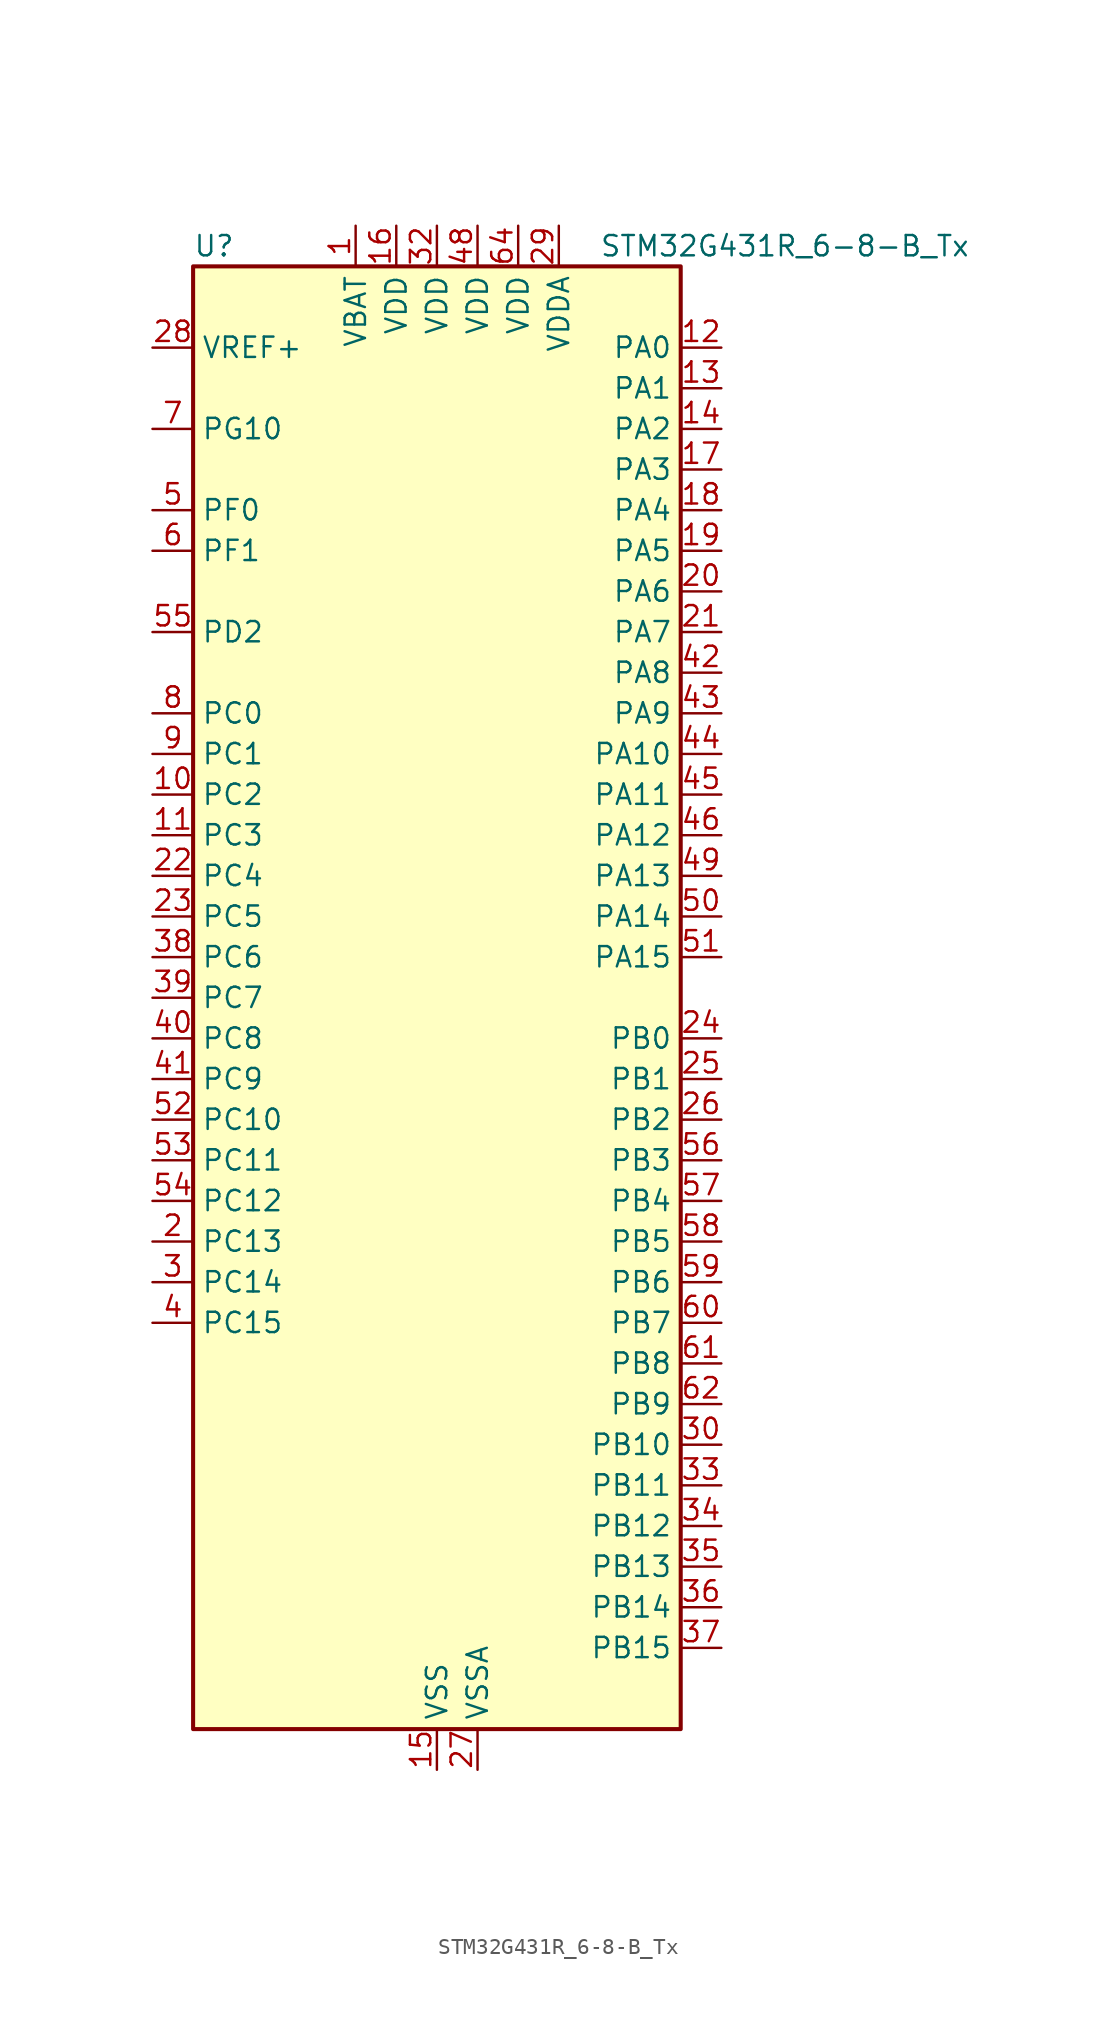
<source format=kicad_sym>
(kicad_symbol_lib
  (version 20241209)
  (generator "kicad_symbol_editor")
  (generator_version "9.0")
  (symbol "STM32G431R_6-8-B_Tx"
    (property "Reference" "U"
      (at -15.24 46.99 0)
      (effects (font (size 1.27 1.27)) (justify left)))
    (property "Value" "STM32G431R_6-8-B_Tx"
      (at 10.16 46.99 0)
      (effects (font (size 1.27 1.27)) (justify left)))
    (symbol "STM32G431R_6-8-B_Tx_0_1"
      (rectangle (start -15.24 -45.72) (end 15.24 45.72) (stroke (width 0.254) (type default)) (fill (type background))))
    (symbol "STM32G431R_6-8-B_Tx_1_1"
      (pin input line (at -17.78 40.64 0) (length 2.54) (name "VREF+" (effects (font (size 1.27 1.27)))) (number "28" (effects (font (size 1.27 1.27)))) (alternate "VREFBUF_OUT" bidirectional line))
      (pin bidirectional line (at -17.78 35.56 0) (length 2.54) (name "PG10" (effects (font (size 1.27 1.27)))) (number "7" (effects (font (size 1.27 1.27)))) (alternate "DAC1_EXTI10" bidirectional line) (alternate "DAC3_EXTI10" bidirectional line) (alternate "RCC_MCO" bidirectional line))
      (pin bidirectional line (at -17.78 30.48 0) (length 2.54) (name "PF0" (effects (font (size 1.27 1.27)))) (number "5" (effects (font (size 1.27 1.27)))) (alternate "ADC1_IN10" bidirectional line) (alternate "I2C2_SDA" bidirectional line) (alternate "I2S2_WS" bidirectional line) (alternate "RCC_OSC_IN" bidirectional line) (alternate "SPI2_NSS" bidirectional line) (alternate "TIM1_CH3N" bidirectional line))
      (pin bidirectional line (at -17.78 27.94 0) (length 2.54) (name "PF1" (effects (font (size 1.27 1.27)))) (number "6" (effects (font (size 1.27 1.27)))) (alternate "ADC2_IN10" bidirectional line) (alternate "COMP3_INM" bidirectional line) (alternate "I2S2_CK" bidirectional line) (alternate "RCC_OSC_OUT" bidirectional line) (alternate "SPI2_SCK" bidirectional line))
      (pin bidirectional line (at -17.78 22.86 0) (length 2.54) (name "PD2" (effects (font (size 1.27 1.27)))) (number "55" (effects (font (size 1.27 1.27)))) (alternate "TIM3_ETR" bidirectional line) (alternate "TIM8_BKIN" bidirectional line))
      (pin bidirectional line (at -17.78 17.78 0) (length 2.54) (name "PC0" (effects (font (size 1.27 1.27)))) (number "8" (effects (font (size 1.27 1.27)))) (alternate "ADC1_IN6" bidirectional line) (alternate "ADC2_IN6" bidirectional line) (alternate "COMP3_INM" bidirectional line) (alternate "LPTIM1_IN1" bidirectional line) (alternate "LPUART1_RX" bidirectional line) (alternate "TIM1_CH1" bidirectional line))
      (pin bidirectional line (at -17.78 15.24 0) (length 2.54) (name "PC1" (effects (font (size 1.27 1.27)))) (number "9" (effects (font (size 1.27 1.27)))) (alternate "ADC1_IN7" bidirectional line) (alternate "ADC2_IN7" bidirectional line) (alternate "COMP3_INP" bidirectional line) (alternate "LPTIM1_OUT" bidirectional line) (alternate "LPUART1_TX" bidirectional line) (alternate "SAI1_SD_A" bidirectional line) (alternate "TIM1_CH2" bidirectional line))
      (pin bidirectional line (at -17.78 12.7 0) (length 2.54) (name "PC2" (effects (font (size 1.27 1.27)))) (number "10" (effects (font (size 1.27 1.27)))) (alternate "ADC1_IN8" bidirectional line) (alternate "ADC2_IN8" bidirectional line) (alternate "COMP3_OUT" bidirectional line) (alternate "LPTIM1_IN2" bidirectional line) (alternate "TIM1_CH3" bidirectional line))
      (pin bidirectional line (at -17.78 10.16 0) (length 2.54) (name "PC3" (effects (font (size 1.27 1.27)))) (number "11" (effects (font (size 1.27 1.27)))) (alternate "ADC1_IN9" bidirectional line) (alternate "ADC2_IN9" bidirectional line) (alternate "LPTIM1_ETR" bidirectional line) (alternate "SAI1_D1" bidirectional line) (alternate "SAI1_SD_A" bidirectional line) (alternate "TIM1_BKIN2" bidirectional line) (alternate "TIM1_CH4" bidirectional line))
      (pin bidirectional line (at -17.78 7.62 0) (length 2.54) (name "PC4" (effects (font (size 1.27 1.27)))) (number "22" (effects (font (size 1.27 1.27)))) (alternate "ADC2_IN5" bidirectional line) (alternate "I2C2_SCL" bidirectional line) (alternate "TIM1_ETR" bidirectional line) (alternate "USART1_TX" bidirectional line))
      (pin bidirectional line (at -17.78 5.08 0) (length 2.54) (name "PC5" (effects (font (size 1.27 1.27)))) (number "23" (effects (font (size 1.27 1.27)))) (alternate "ADC2_IN11" bidirectional line) (alternate "OPAMP1_VINM" bidirectional line) (alternate "OPAMP1_VINM1" bidirectional line) (alternate "OPAMP1_VINM_SEC" bidirectional line) (alternate "OPAMP2_VINM" bidirectional line) (alternate "OPAMP2_VINM1" bidirectional line) (alternate "OPAMP2_VINM_SEC" bidirectional line) (alternate "SAI1_D3" bidirectional line) (alternate "SYS_WKUP5" bidirectional line) (alternate "TIM15_BKIN" bidirectional line) (alternate "TIM1_CH4N" bidirectional line) (alternate "USART1_RX" bidirectional line))
      (pin bidirectional line (at -17.78 2.54 0) (length 2.54) (name "PC6" (effects (font (size 1.27 1.27)))) (number "38" (effects (font (size 1.27 1.27)))) (alternate "I2S2_MCK" bidirectional line) (alternate "TIM3_CH1" bidirectional line) (alternate "TIM8_CH1" bidirectional line))
      (pin bidirectional line (at -17.78 0 0) (length 2.54) (name "PC7" (effects (font (size 1.27 1.27)))) (number "39" (effects (font (size 1.27 1.27)))) (alternate "I2S3_MCK" bidirectional line) (alternate "TIM3_CH2" bidirectional line) (alternate "TIM8_CH2" bidirectional line))
      (pin bidirectional line (at -17.78 -2.54 0) (length 2.54) (name "PC8" (effects (font (size 1.27 1.27)))) (number "40" (effects (font (size 1.27 1.27)))) (alternate "I2C3_SCL" bidirectional line) (alternate "TIM3_CH3" bidirectional line) (alternate "TIM8_CH3" bidirectional line))
      (pin bidirectional line (at -17.78 -5.08 0) (length 2.54) (name "PC9" (effects (font (size 1.27 1.27)))) (number "41" (effects (font (size 1.27 1.27)))) (alternate "DAC1_EXTI9" bidirectional line) (alternate "DAC3_EXTI9" bidirectional line) (alternate "I2C3_SDA" bidirectional line) (alternate "I2S_CKIN" bidirectional line) (alternate "TIM3_CH4" bidirectional line) (alternate "TIM8_BKIN2" bidirectional line) (alternate "TIM8_CH4" bidirectional line))
      (pin bidirectional line (at -17.78 -7.62 0) (length 2.54) (name "PC10" (effects (font (size 1.27 1.27)))) (number "52" (effects (font (size 1.27 1.27)))) (alternate "DAC1_EXTI10" bidirectional line) (alternate "DAC3_EXTI10" bidirectional line) (alternate "I2S3_CK" bidirectional line) (alternate "SPI3_SCK" bidirectional line) (alternate "TIM8_CH1N" bidirectional line) (alternate "UART4_TX" bidirectional line) (alternate "USART3_TX" bidirectional line))
      (pin bidirectional line (at -17.78 -10.16 0) (length 2.54) (name "PC11" (effects (font (size 1.27 1.27)))) (number "53" (effects (font (size 1.27 1.27)))) (alternate "ADC1_EXTI11" bidirectional line) (alternate "ADC2_EXTI11" bidirectional line) (alternate "I2C3_SDA" bidirectional line) (alternate "SPI3_MISO" bidirectional line) (alternate "TIM8_CH2N" bidirectional line) (alternate "UART4_RX" bidirectional line) (alternate "USART3_RX" bidirectional line))
      (pin bidirectional line (at -17.78 -12.7 0) (length 2.54) (name "PC12" (effects (font (size 1.27 1.27)))) (number "54" (effects (font (size 1.27 1.27)))) (alternate "I2S3_SD" bidirectional line) (alternate "SPI3_MOSI" bidirectional line) (alternate "TIM8_CH3N" bidirectional line) (alternate "UCPD1_FRSTX1" bidirectional line) (alternate "UCPD1_FRSTX2" bidirectional line) (alternate "USART3_CK" bidirectional line))
      (pin bidirectional line (at -17.78 -15.24 0) (length 2.54) (name "PC13" (effects (font (size 1.27 1.27)))) (number "2" (effects (font (size 1.27 1.27)))) (alternate "RTC_OUT1" bidirectional line) (alternate "RTC_TAMP1" bidirectional line) (alternate "RTC_TS" bidirectional line) (alternate "SYS_WKUP2" bidirectional line) (alternate "TIM1_BKIN" bidirectional line) (alternate "TIM1_CH1N" bidirectional line) (alternate "TIM8_CH4N" bidirectional line))
      (pin bidirectional line (at -17.78 -17.78 0) (length 2.54) (name "PC14" (effects (font (size 1.27 1.27)))) (number "3" (effects (font (size 1.27 1.27)))) (alternate "RCC_OSC32_IN" bidirectional line))
      (pin bidirectional line (at -17.78 -20.32 0) (length 2.54) (name "PC15" (effects (font (size 1.27 1.27)))) (number "4" (effects (font (size 1.27 1.27)))) (alternate "ADC1_EXTI15" bidirectional line) (alternate "ADC2_EXTI15" bidirectional line) (alternate "RCC_OSC32_OUT" bidirectional line))
      (pin power_in line (at -5.08 48.26 270) (length 2.54) (name "VBAT" (effects (font (size 1.27 1.27)))) (number "1" (effects (font (size 1.27 1.27)))))
      (pin power_in line (at -2.54 48.26 270) (length 2.54) (name "VDD" (effects (font (size 1.27 1.27)))) (number "16" (effects (font (size 1.27 1.27)))))
      (pin power_in line (at 0 48.26 270) (length 2.54) (name "VDD" (effects (font (size 1.27 1.27)))) (number "32" (effects (font (size 1.27 1.27)))))
      (pin power_in line (at 0 -48.26 90) (length 2.54) (name "VSS" (effects (font (size 1.27 1.27)))) (number "15" (effects (font (size 1.27 1.27)))))
      (pin passive line (at 0 -48.26 90) (length 2.54) (hide yes) (name "VSS" (effects (font (size 1.27 1.27)))) (number "31" (effects (font (size 1.27 1.27)))))
      (pin passive line (at 0 -48.26 90) (length 2.54) (hide yes) (name "VSS" (effects (font (size 1.27 1.27)))) (number "47" (effects (font (size 1.27 1.27)))))
      (pin passive line (at 0 -48.26 90) (length 2.54) (hide yes) (name "VSS" (effects (font (size 1.27 1.27)))) (number "63" (effects (font (size 1.27 1.27)))))
      (pin power_in line (at 2.54 48.26 270) (length 2.54) (name "VDD" (effects (font (size 1.27 1.27)))) (number "48" (effects (font (size 1.27 1.27)))))
      (pin power_in line (at 2.54 -48.26 90) (length 2.54) (name "VSSA" (effects (font (size 1.27 1.27)))) (number "27" (effects (font (size 1.27 1.27)))))
      (pin power_in line (at 5.08 48.26 270) (length 2.54) (name "VDD" (effects (font (size 1.27 1.27)))) (number "64" (effects (font (size 1.27 1.27)))))
      (pin power_in line (at 7.62 48.26 270) (length 2.54) (name "VDDA" (effects (font (size 1.27 1.27)))) (number "29" (effects (font (size 1.27 1.27)))))
      (pin bidirectional line (at 17.78 40.64 180) (length 2.54) (name "PA0" (effects (font (size 1.27 1.27)))) (number "12" (effects (font (size 1.27 1.27)))) (alternate "ADC1_IN1" bidirectional line) (alternate "ADC2_IN1" bidirectional line) (alternate "COMP1_INM" bidirectional line) (alternate "COMP1_OUT" bidirectional line) (alternate "COMP3_INP" bidirectional line) (alternate "RTC_TAMP2" bidirectional line) (alternate "SYS_WKUP1" bidirectional line) (alternate "TIM2_CH1" bidirectional line) (alternate "TIM2_ETR" bidirectional line) (alternate "TIM8_BKIN" bidirectional line) (alternate "TIM8_ETR" bidirectional line) (alternate "USART2_CTS" bidirectional line) (alternate "USART2_NSS" bidirectional line))
      (pin bidirectional line (at 17.78 38.1 180) (length 2.54) (name "PA1" (effects (font (size 1.27 1.27)))) (number "13" (effects (font (size 1.27 1.27)))) (alternate "ADC1_IN2" bidirectional line) (alternate "ADC2_IN2" bidirectional line) (alternate "COMP1_INP" bidirectional line) (alternate "OPAMP1_VINP" bidirectional line) (alternate "OPAMP1_VINP_SEC" bidirectional line) (alternate "OPAMP3_VINP" bidirectional line) (alternate "OPAMP3_VINP_SEC" bidirectional line) (alternate "RTC_REFIN" bidirectional line) (alternate "TIM15_CH1N" bidirectional line) (alternate "TIM2_CH2" bidirectional line) (alternate "USART2_DE" bidirectional line) (alternate "USART2_RTS" bidirectional line))
      (pin bidirectional line (at 17.78 35.56 180) (length 2.54) (name "PA2" (effects (font (size 1.27 1.27)))) (number "14" (effects (font (size 1.27 1.27)))) (alternate "ADC1_IN3" bidirectional line) (alternate "COMP2_INM" bidirectional line) (alternate "COMP2_OUT" bidirectional line) (alternate "LPUART1_TX" bidirectional line) (alternate "OPAMP1_VOUT" bidirectional line) (alternate "RCC_LSCO" bidirectional line) (alternate "SYS_WKUP4" bidirectional line) (alternate "TIM15_CH1" bidirectional line) (alternate "TIM2_CH3" bidirectional line) (alternate "UCPD1_FRSTX1" bidirectional line) (alternate "UCPD1_FRSTX2" bidirectional line) (alternate "USART2_TX" bidirectional line))
      (pin bidirectional line (at 17.78 33.02 180) (length 2.54) (name "PA3" (effects (font (size 1.27 1.27)))) (number "17" (effects (font (size 1.27 1.27)))) (alternate "ADC1_IN4" bidirectional line) (alternate "COMP2_INP" bidirectional line) (alternate "LPUART1_RX" bidirectional line) (alternate "OPAMP1_VINM" bidirectional line) (alternate "OPAMP1_VINM0" bidirectional line) (alternate "OPAMP1_VINM_SEC" bidirectional line) (alternate "OPAMP1_VINP" bidirectional line) (alternate "OPAMP1_VINP_SEC" bidirectional line) (alternate "SAI1_CK1" bidirectional line) (alternate "SAI1_MCLK_A" bidirectional line) (alternate "TIM15_CH2" bidirectional line) (alternate "TIM2_CH4" bidirectional line) (alternate "USART2_RX" bidirectional line))
      (pin bidirectional line (at 17.78 30.48 180) (length 2.54) (name "PA4" (effects (font (size 1.27 1.27)))) (number "18" (effects (font (size 1.27 1.27)))) (alternate "ADC2_IN17" bidirectional line) (alternate "COMP1_INM" bidirectional line) (alternate "DAC1_OUT1" bidirectional line) (alternate "I2S3_WS" bidirectional line) (alternate "SAI1_FS_B" bidirectional line) (alternate "SPI1_NSS" bidirectional line) (alternate "SPI3_NSS" bidirectional line) (alternate "TIM3_CH2" bidirectional line) (alternate "USART2_CK" bidirectional line))
      (pin bidirectional line (at 17.78 27.94 180) (length 2.54) (name "PA5" (effects (font (size 1.27 1.27)))) (number "19" (effects (font (size 1.27 1.27)))) (alternate "ADC2_IN13" bidirectional line) (alternate "COMP2_INM" bidirectional line) (alternate "DAC1_OUT2" bidirectional line) (alternate "OPAMP2_VINM" bidirectional line) (alternate "OPAMP2_VINM0" bidirectional line) (alternate "OPAMP2_VINM_SEC" bidirectional line) (alternate "SPI1_SCK" bidirectional line) (alternate "TIM2_CH1" bidirectional line) (alternate "TIM2_ETR" bidirectional line) (alternate "UCPD1_FRSTX1" bidirectional line) (alternate "UCPD1_FRSTX2" bidirectional line))
      (pin bidirectional line (at 17.78 25.4 180) (length 2.54) (name "PA6" (effects (font (size 1.27 1.27)))) (number "20" (effects (font (size 1.27 1.27)))) (alternate "ADC2_IN3" bidirectional line) (alternate "COMP1_OUT" bidirectional line) (alternate "LPUART1_CTS" bidirectional line) (alternate "OPAMP2_VOUT" bidirectional line) (alternate "SPI1_MISO" bidirectional line) (alternate "TIM16_CH1" bidirectional line) (alternate "TIM1_BKIN" bidirectional line) (alternate "TIM3_CH1" bidirectional line) (alternate "TIM8_BKIN" bidirectional line))
      (pin bidirectional line (at 17.78 22.86 180) (length 2.54) (name "PA7" (effects (font (size 1.27 1.27)))) (number "21" (effects (font (size 1.27 1.27)))) (alternate "ADC2_IN4" bidirectional line) (alternate "COMP2_INP" bidirectional line) (alternate "COMP2_OUT" bidirectional line) (alternate "OPAMP1_VINP" bidirectional line) (alternate "OPAMP1_VINP_SEC" bidirectional line) (alternate "OPAMP2_VINP" bidirectional line) (alternate "OPAMP2_VINP_SEC" bidirectional line) (alternate "SPI1_MOSI" bidirectional line) (alternate "TIM17_CH1" bidirectional line) (alternate "TIM1_CH1N" bidirectional line) (alternate "TIM3_CH2" bidirectional line) (alternate "TIM8_CH1N" bidirectional line) (alternate "UCPD1_FRSTX1" bidirectional line) (alternate "UCPD1_FRSTX2" bidirectional line))
      (pin bidirectional line (at 17.78 20.32 180) (length 2.54) (name "PA8" (effects (font (size 1.27 1.27)))) (number "42" (effects (font (size 1.27 1.27)))) (alternate "I2C2_SDA" bidirectional line) (alternate "I2C3_SCL" bidirectional line) (alternate "I2S2_MCK" bidirectional line) (alternate "RCC_MCO" bidirectional line) (alternate "SAI1_CK2" bidirectional line) (alternate "SAI1_SCK_A" bidirectional line) (alternate "TIM1_CH1" bidirectional line) (alternate "TIM4_ETR" bidirectional line) (alternate "USART1_CK" bidirectional line))
      (pin bidirectional line (at 17.78 17.78 180) (length 2.54) (name "PA9" (effects (font (size 1.27 1.27)))) (number "43" (effects (font (size 1.27 1.27)))) (alternate "DAC1_EXTI9" bidirectional line) (alternate "DAC3_EXTI9" bidirectional line) (alternate "I2C2_SCL" bidirectional line) (alternate "I2C3_SMBA" bidirectional line) (alternate "I2S3_MCK" bidirectional line) (alternate "SAI1_FS_A" bidirectional line) (alternate "TIM15_BKIN" bidirectional line) (alternate "TIM1_CH2" bidirectional line) (alternate "TIM2_CH3" bidirectional line) (alternate "UCPD1_DBCC1" bidirectional line) (alternate "USART1_TX" bidirectional line))
      (pin bidirectional line (at 17.78 15.24 180) (length 2.54) (name "PA10" (effects (font (size 1.27 1.27)))) (number "44" (effects (font (size 1.27 1.27)))) (alternate "CRS_SYNC" bidirectional line) (alternate "DAC1_EXTI10" bidirectional line) (alternate "DAC3_EXTI10" bidirectional line) (alternate "I2C2_SMBA" bidirectional line) (alternate "SAI1_D1" bidirectional line) (alternate "SAI1_SD_A" bidirectional line) (alternate "SPI2_MISO" bidirectional line) (alternate "TIM17_BKIN" bidirectional line) (alternate "TIM1_CH3" bidirectional line) (alternate "TIM2_CH4" bidirectional line) (alternate "TIM8_BKIN" bidirectional line) (alternate "UCPD1_DBCC2" bidirectional line) (alternate "USART1_RX" bidirectional line))
      (pin bidirectional line (at 17.78 12.7 180) (length 2.54) (name "PA11" (effects (font (size 1.27 1.27)))) (number "45" (effects (font (size 1.27 1.27)))) (alternate "ADC1_EXTI11" bidirectional line) (alternate "ADC2_EXTI11" bidirectional line) (alternate "COMP1_OUT" bidirectional line) (alternate "FDCAN1_RX" bidirectional line) (alternate "I2S2_SD" bidirectional line) (alternate "SPI2_MOSI" bidirectional line) (alternate "TIM1_BKIN2" bidirectional line) (alternate "TIM1_CH1N" bidirectional line) (alternate "TIM1_CH4" bidirectional line) (alternate "TIM4_CH1" bidirectional line) (alternate "USART1_CTS" bidirectional line) (alternate "USART1_NSS" bidirectional line) (alternate "USB_DM" bidirectional line))
      (pin bidirectional line (at 17.78 10.16 180) (length 2.54) (name "PA12" (effects (font (size 1.27 1.27)))) (number "46" (effects (font (size 1.27 1.27)))) (alternate "COMP2_OUT" bidirectional line) (alternate "FDCAN1_TX" bidirectional line) (alternate "I2S_CKIN" bidirectional line) (alternate "TIM16_CH1" bidirectional line) (alternate "TIM1_CH2N" bidirectional line) (alternate "TIM1_ETR" bidirectional line) (alternate "TIM4_CH2" bidirectional line) (alternate "USART1_DE" bidirectional line) (alternate "USART1_RTS" bidirectional line) (alternate "USB_DP" bidirectional line))
      (pin bidirectional line (at 17.78 7.62 180) (length 2.54) (name "PA13" (effects (font (size 1.27 1.27)))) (number "49" (effects (font (size 1.27 1.27)))) (alternate "I2C1_SCL" bidirectional line) (alternate "IR_OUT" bidirectional line) (alternate "SAI1_SD_B" bidirectional line) (alternate "SYS_JTMS-SWDIO" bidirectional line) (alternate "TIM16_CH1N" bidirectional line) (alternate "TIM4_CH3" bidirectional line) (alternate "USART3_CTS" bidirectional line) (alternate "USART3_NSS" bidirectional line))
      (pin bidirectional line (at 17.78 5.08 180) (length 2.54) (name "PA14" (effects (font (size 1.27 1.27)))) (number "50" (effects (font (size 1.27 1.27)))) (alternate "I2C1_SDA" bidirectional line) (alternate "LPTIM1_OUT" bidirectional line) (alternate "SAI1_FS_B" bidirectional line) (alternate "SYS_JTCK-SWCLK" bidirectional line) (alternate "TIM1_BKIN" bidirectional line) (alternate "TIM8_CH2" bidirectional line) (alternate "USART2_TX" bidirectional line))
      (pin bidirectional line (at 17.78 2.54 180) (length 2.54) (name "PA15" (effects (font (size 1.27 1.27)))) (number "51" (effects (font (size 1.27 1.27)))) (alternate "ADC1_EXTI15" bidirectional line) (alternate "ADC2_EXTI15" bidirectional line) (alternate "I2C1_SCL" bidirectional line) (alternate "I2S3_WS" bidirectional line) (alternate "SPI1_NSS" bidirectional line) (alternate "SPI3_NSS" bidirectional line) (alternate "SYS_JTDI" bidirectional line) (alternate "TIM1_BKIN" bidirectional line) (alternate "TIM2_CH1" bidirectional line) (alternate "TIM2_ETR" bidirectional line) (alternate "TIM8_CH1" bidirectional line) (alternate "UART4_DE" bidirectional line) (alternate "UART4_RTS" bidirectional line) (alternate "USART2_RX" bidirectional line))
      (pin bidirectional line (at 17.78 -2.54 180) (length 2.54) (name "PB0" (effects (font (size 1.27 1.27)))) (number "24" (effects (font (size 1.27 1.27)))) (alternate "ADC1_IN15" bidirectional line) (alternate "COMP4_INP" bidirectional line) (alternate "OPAMP2_VINP" bidirectional line) (alternate "OPAMP2_VINP_SEC" bidirectional line) (alternate "OPAMP3_VINP" bidirectional line) (alternate "OPAMP3_VINP_SEC" bidirectional line) (alternate "TIM1_CH2N" bidirectional line) (alternate "TIM3_CH3" bidirectional line) (alternate "TIM8_CH2N" bidirectional line) (alternate "UCPD1_FRSTX1" bidirectional line) (alternate "UCPD1_FRSTX2" bidirectional line))
      (pin bidirectional line (at 17.78 -5.08 180) (length 2.54) (name "PB1" (effects (font (size 1.27 1.27)))) (number "25" (effects (font (size 1.27 1.27)))) (alternate "ADC1_IN12" bidirectional line) (alternate "COMP1_INP" bidirectional line) (alternate "COMP4_OUT" bidirectional line) (alternate "LPUART1_DE" bidirectional line) (alternate "LPUART1_RTS" bidirectional line) (alternate "OPAMP3_VOUT" bidirectional line) (alternate "TIM1_CH3N" bidirectional line) (alternate "TIM3_CH4" bidirectional line) (alternate "TIM8_CH3N" bidirectional line))
      (pin bidirectional line (at 17.78 -7.62 180) (length 2.54) (name "PB2" (effects (font (size 1.27 1.27)))) (number "26" (effects (font (size 1.27 1.27)))) (alternate "ADC2_IN12" bidirectional line) (alternate "COMP4_INM" bidirectional line) (alternate "I2C3_SMBA" bidirectional line) (alternate "LPTIM1_OUT" bidirectional line) (alternate "OPAMP3_VINM" bidirectional line) (alternate "OPAMP3_VINM0" bidirectional line) (alternate "OPAMP3_VINM_SEC" bidirectional line) (alternate "RTC_OUT2" bidirectional line))
      (pin bidirectional line (at 17.78 -10.16 180) (length 2.54) (name "PB3" (effects (font (size 1.27 1.27)))) (number "56" (effects (font (size 1.27 1.27)))) (alternate "CRS_SYNC" bidirectional line) (alternate "I2S3_CK" bidirectional line) (alternate "SAI1_SCK_B" bidirectional line) (alternate "SPI1_SCK" bidirectional line) (alternate "SPI3_SCK" bidirectional line) (alternate "SYS_JTDO-SWO" bidirectional line) (alternate "TIM2_CH2" bidirectional line) (alternate "TIM3_ETR" bidirectional line) (alternate "TIM4_ETR" bidirectional line) (alternate "TIM8_CH1N" bidirectional line) (alternate "USART2_TX" bidirectional line))
      (pin bidirectional line (at 17.78 -12.7 180) (length 2.54) (name "PB4" (effects (font (size 1.27 1.27)))) (number "57" (effects (font (size 1.27 1.27)))) (alternate "SAI1_MCLK_B" bidirectional line) (alternate "SPI1_MISO" bidirectional line) (alternate "SPI3_MISO" bidirectional line) (alternate "SYS_JTRST" bidirectional line) (alternate "TIM16_CH1" bidirectional line) (alternate "TIM17_BKIN" bidirectional line) (alternate "TIM3_CH1" bidirectional line) (alternate "TIM8_CH2N" bidirectional line) (alternate "UCPD1_CC2" bidirectional line) (alternate "USART2_RX" bidirectional line))
      (pin bidirectional line (at 17.78 -15.24 180) (length 2.54) (name "PB5" (effects (font (size 1.27 1.27)))) (number "58" (effects (font (size 1.27 1.27)))) (alternate "I2C1_SMBA" bidirectional line) (alternate "I2C3_SDA" bidirectional line) (alternate "I2S3_SD" bidirectional line) (alternate "LPTIM1_IN1" bidirectional line) (alternate "SAI1_SD_B" bidirectional line) (alternate "SPI1_MOSI" bidirectional line) (alternate "SPI3_MOSI" bidirectional line) (alternate "TIM16_BKIN" bidirectional line) (alternate "TIM17_CH1" bidirectional line) (alternate "TIM3_CH2" bidirectional line) (alternate "TIM8_CH3N" bidirectional line) (alternate "USART2_CK" bidirectional line))
      (pin bidirectional line (at 17.78 -17.78 180) (length 2.54) (name "PB6" (effects (font (size 1.27 1.27)))) (number "59" (effects (font (size 1.27 1.27)))) (alternate "COMP4_OUT" bidirectional line) (alternate "LPTIM1_ETR" bidirectional line) (alternate "SAI1_FS_B" bidirectional line) (alternate "TIM16_CH1N" bidirectional line) (alternate "TIM4_CH1" bidirectional line) (alternate "TIM8_BKIN2" bidirectional line) (alternate "TIM8_CH1" bidirectional line) (alternate "TIM8_ETR" bidirectional line) (alternate "UCPD1_CC1" bidirectional line) (alternate "USART1_TX" bidirectional line))
      (pin bidirectional line (at 17.78 -20.32 180) (length 2.54) (name "PB7" (effects (font (size 1.27 1.27)))) (number "60" (effects (font (size 1.27 1.27)))) (alternate "COMP3_OUT" bidirectional line) (alternate "I2C1_SDA" bidirectional line) (alternate "LPTIM1_IN2" bidirectional line) (alternate "SYS_PVD_IN" bidirectional line) (alternate "TIM17_CH1N" bidirectional line) (alternate "TIM3_CH4" bidirectional line) (alternate "TIM4_CH2" bidirectional line) (alternate "TIM8_BKIN" bidirectional line) (alternate "UART4_CTS" bidirectional line) (alternate "USART1_RX" bidirectional line))
      (pin bidirectional line (at 17.78 -22.86 180) (length 2.54) (name "PB8" (effects (font (size 1.27 1.27)))) (number "61" (effects (font (size 1.27 1.27)))) (alternate "COMP1_OUT" bidirectional line) (alternate "FDCAN1_RX" bidirectional line) (alternate "I2C1_SCL" bidirectional line) (alternate "SAI1_CK1" bidirectional line) (alternate "SAI1_MCLK_A" bidirectional line) (alternate "TIM16_CH1" bidirectional line) (alternate "TIM1_BKIN" bidirectional line) (alternate "TIM4_CH3" bidirectional line) (alternate "TIM8_CH2" bidirectional line) (alternate "USART3_RX" bidirectional line))
      (pin bidirectional line (at 17.78 -25.4 180) (length 2.54) (name "PB9" (effects (font (size 1.27 1.27)))) (number "62" (effects (font (size 1.27 1.27)))) (alternate "COMP2_OUT" bidirectional line) (alternate "DAC1_EXTI9" bidirectional line) (alternate "DAC3_EXTI9" bidirectional line) (alternate "FDCAN1_TX" bidirectional line) (alternate "I2C1_SDA" bidirectional line) (alternate "IR_OUT" bidirectional line) (alternate "SAI1_D2" bidirectional line) (alternate "SAI1_FS_A" bidirectional line) (alternate "TIM17_CH1" bidirectional line) (alternate "TIM1_CH3N" bidirectional line) (alternate "TIM4_CH4" bidirectional line) (alternate "TIM8_CH3" bidirectional line) (alternate "USART3_TX" bidirectional line))
      (pin bidirectional line (at 17.78 -27.94 180) (length 2.54) (name "PB10" (effects (font (size 1.27 1.27)))) (number "30" (effects (font (size 1.27 1.27)))) (alternate "DAC1_EXTI10" bidirectional line) (alternate "DAC3_EXTI10" bidirectional line) (alternate "LPUART1_RX" bidirectional line) (alternate "OPAMP3_VINM" bidirectional line) (alternate "OPAMP3_VINM1" bidirectional line) (alternate "OPAMP3_VINM_SEC" bidirectional line) (alternate "SAI1_SCK_A" bidirectional line) (alternate "TIM1_BKIN" bidirectional line) (alternate "TIM2_CH3" bidirectional line) (alternate "USART3_TX" bidirectional line))
      (pin bidirectional line (at 17.78 -30.48 180) (length 2.54) (name "PB11" (effects (font (size 1.27 1.27)))) (number "33" (effects (font (size 1.27 1.27)))) (alternate "ADC1_EXTI11" bidirectional line) (alternate "ADC1_IN14" bidirectional line) (alternate "ADC2_EXTI11" bidirectional line) (alternate "ADC2_IN14" bidirectional line) (alternate "LPUART1_TX" bidirectional line) (alternate "TIM2_CH4" bidirectional line) (alternate "USART3_RX" bidirectional line))
      (pin bidirectional line (at 17.78 -33.02 180) (length 2.54) (name "PB12" (effects (font (size 1.27 1.27)))) (number "34" (effects (font (size 1.27 1.27)))) (alternate "ADC1_IN11" bidirectional line) (alternate "I2C2_SMBA" bidirectional line) (alternate "I2S2_WS" bidirectional line) (alternate "LPUART1_DE" bidirectional line) (alternate "LPUART1_RTS" bidirectional line) (alternate "SPI2_NSS" bidirectional line) (alternate "TIM1_BKIN" bidirectional line) (alternate "USART3_CK" bidirectional line))
      (pin bidirectional line (at 17.78 -35.56 180) (length 2.54) (name "PB13" (effects (font (size 1.27 1.27)))) (number "35" (effects (font (size 1.27 1.27)))) (alternate "I2S2_CK" bidirectional line) (alternate "LPUART1_CTS" bidirectional line) (alternate "OPAMP3_VINP" bidirectional line) (alternate "OPAMP3_VINP_SEC" bidirectional line) (alternate "SPI2_SCK" bidirectional line) (alternate "TIM1_CH1N" bidirectional line) (alternate "USART3_CTS" bidirectional line) (alternate "USART3_NSS" bidirectional line))
      (pin bidirectional line (at 17.78 -38.1 180) (length 2.54) (name "PB14" (effects (font (size 1.27 1.27)))) (number "36" (effects (font (size 1.27 1.27)))) (alternate "ADC1_IN5" bidirectional line) (alternate "COMP4_OUT" bidirectional line) (alternate "OPAMP2_VINP" bidirectional line) (alternate "OPAMP2_VINP_SEC" bidirectional line) (alternate "SPI2_MISO" bidirectional line) (alternate "TIM15_CH1" bidirectional line) (alternate "TIM1_CH2N" bidirectional line) (alternate "USART3_DE" bidirectional line) (alternate "USART3_RTS" bidirectional line))
      (pin bidirectional line (at 17.78 -40.64 180) (length 2.54) (name "PB15" (effects (font (size 1.27 1.27)))) (number "37" (effects (font (size 1.27 1.27)))) (alternate "ADC1_EXTI15" bidirectional line) (alternate "ADC2_EXTI15" bidirectional line) (alternate "ADC2_IN15" bidirectional line) (alternate "COMP3_OUT" bidirectional line) (alternate "I2S2_SD" bidirectional line) (alternate "RTC_REFIN" bidirectional line) (alternate "SPI2_MOSI" bidirectional line) (alternate "TIM15_CH1N" bidirectional line) (alternate "TIM15_CH2" bidirectional line) (alternate "TIM1_CH3N" bidirectional line)))))
</source>
